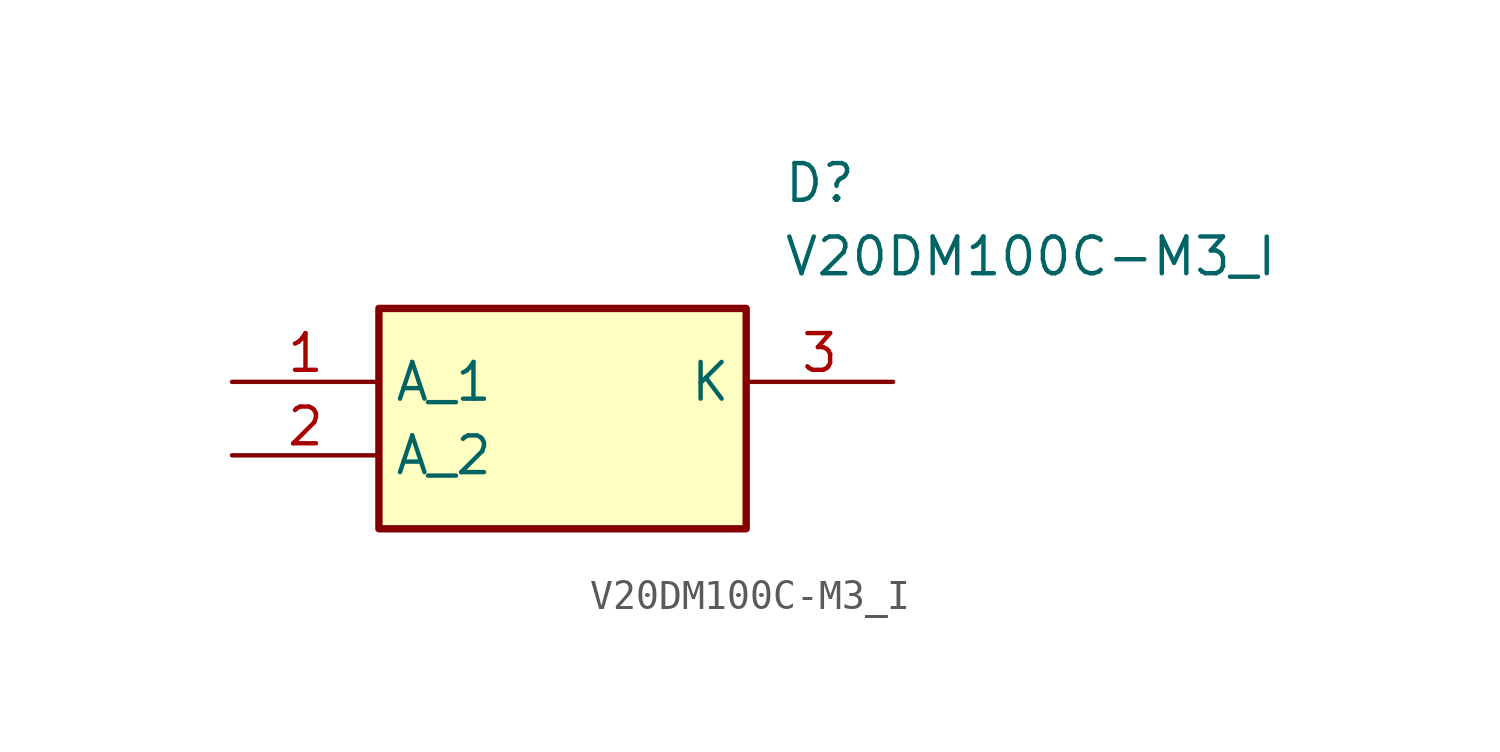
<source format=kicad_sym>
(kicad_symbol_lib
  (version 20211014)
  (generator SamacSys_ECAD_Model)
  (symbol "V20DM100C-M3_I"
    (property "Reference" "D"
      (at 19.05 7.62 0)
      (effects (font (size 1.27 1.27)) (justify left top)))
    (property "Value" "V20DM100C-M3_I"
      (at 19.05 5.08 0)
      (effects (font (size 1.27 1.27)) (justify left top)))
    (rectangle
      (start 5.08 2.54)
      (end 17.78 -5.08)
      (stroke (width 0.254) (type default))
      (fill (type background)))
    (pin passive line
      (at 0 0 0)
      (length 5.08)
      (name "A_1" (effects (font (size 1.27 1.27))))
      (number "1" (effects (font (size 1.27 1.27)))))
    (pin passive line
      (at 0 -2.54 0)
      (length 5.08)
      (name "A_2" (effects (font (size 1.27 1.27))))
      (number "2" (effects (font (size 1.27 1.27)))))
    (pin passive line
      (at 22.86 0 180)
      (length 5.08)
      (name "K" (effects (font (size 1.27 1.27))))
      (number "3" (effects (font (size 1.27 1.27)))))))
</source>
